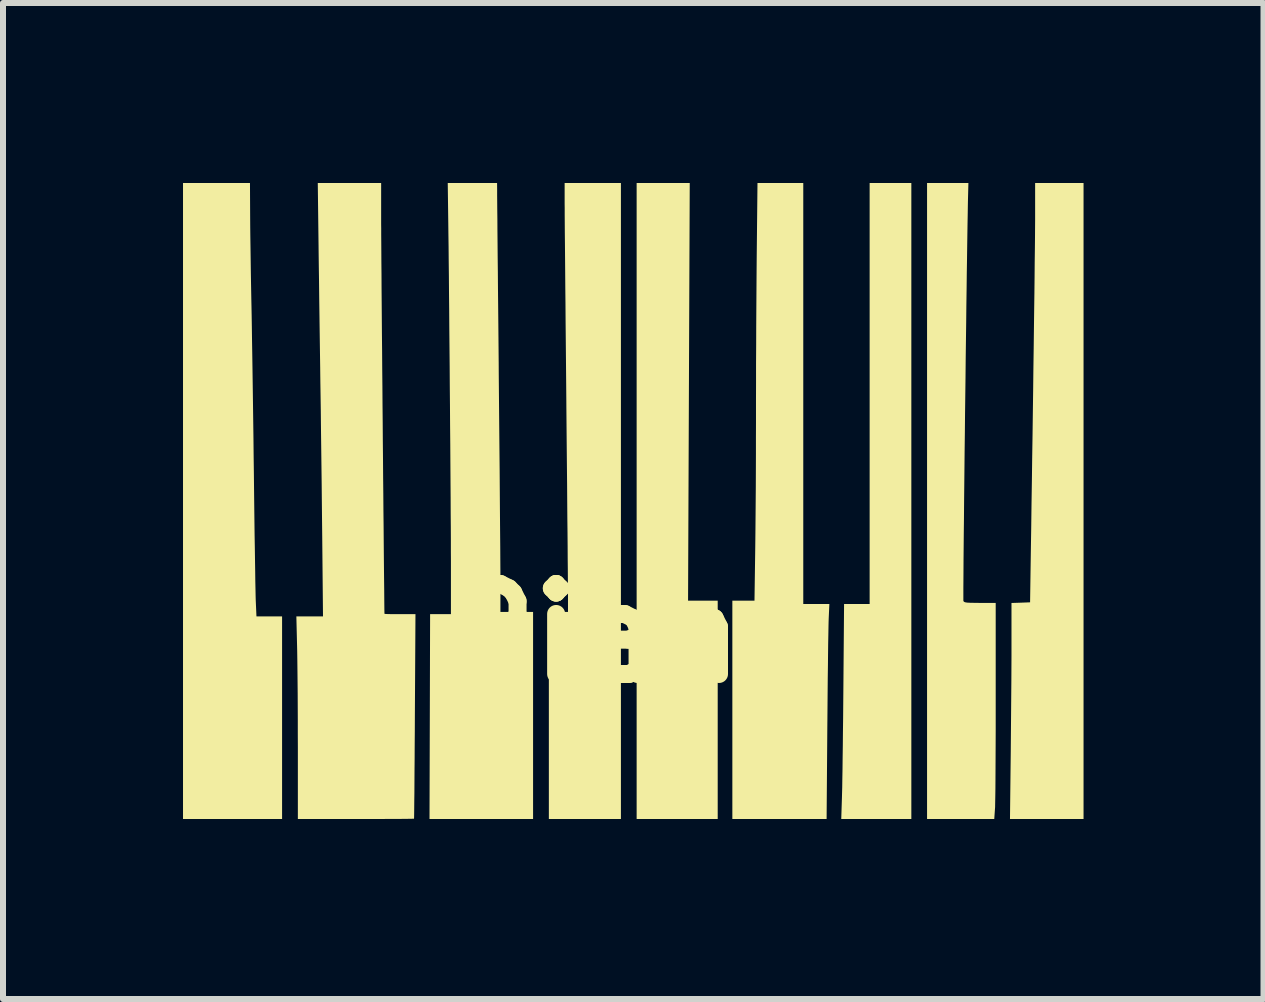
<source format=kicad_pcb>
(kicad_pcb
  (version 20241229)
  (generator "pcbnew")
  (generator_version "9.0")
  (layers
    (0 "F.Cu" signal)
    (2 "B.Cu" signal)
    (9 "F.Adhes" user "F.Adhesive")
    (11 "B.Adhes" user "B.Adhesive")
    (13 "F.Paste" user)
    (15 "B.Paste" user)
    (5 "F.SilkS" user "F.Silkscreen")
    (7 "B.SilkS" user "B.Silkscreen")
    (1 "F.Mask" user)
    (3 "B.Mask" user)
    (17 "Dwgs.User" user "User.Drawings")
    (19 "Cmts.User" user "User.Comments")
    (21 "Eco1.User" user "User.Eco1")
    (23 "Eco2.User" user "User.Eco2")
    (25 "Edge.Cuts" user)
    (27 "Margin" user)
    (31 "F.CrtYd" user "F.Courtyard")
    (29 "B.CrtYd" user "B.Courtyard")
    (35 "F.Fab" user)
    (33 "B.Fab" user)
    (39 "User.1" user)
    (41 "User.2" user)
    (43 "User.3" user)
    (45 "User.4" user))
  (footprint "Piano"
    (layer "F.Cu")
    (at 7.504 7.504)
    (property "Reference" "Piano" (at 0 0 0) (layer "F.SilkS") (effects (font (size 1.5 1.5) (thickness 0.3))))
    (attr board_only exclude_from_pos_files exclude_from_bom)
    (fp_poly (pts (xy 0.927 -4.024) (xy 0.913 -0.544) (xy 1.16 -0.544) (xy 1.407 -0.544) (xy 1.407 1.276) (xy 1.407 3.095) (xy 0.732 3.095) (xy 0.056 3.095) (xy 0.056 -2.204) (xy 0.056 -7.504) (xy 0.499 -7.504) (xy 0.941 -7.504)) (stroke (width 0) (type solid)) (fill yes) (layer "F.SilkS"))
    (fp_poly (pts (xy 4.634 -2.204) (xy 4.634 3.095) (xy 4.05 3.095) (xy 3.466 3.095) (xy 3.477 2.753) (xy 3.479 2.678) (xy 3.482 2.569) (xy 3.484 2.431) (xy 3.487 2.266) (xy 3.489 2.08) (xy 3.492 1.875) (xy 3.494 1.655) (xy 3.497 1.425) (xy 3.499 1.187) (xy 3.501 0.961) (xy 3.513 -0.488) (xy 3.726 -0.488) (xy 3.939 -0.488) (xy 3.939 -3.996) (xy 3.939 -7.504) (xy 4.286 -7.504) (xy 4.634 -7.504)) (stroke (width 0) (type solid)) (fill yes) (layer "F.SilkS"))
    (fp_poly (pts (xy 7.504 -2.204) (xy 7.504 3.095) (xy 6.891 3.095) (xy 6.278 3.095) (xy 6.291 1.967) (xy 6.293 1.738) (xy 6.295 1.499) (xy 6.297 1.257) (xy 6.299 1.019) (xy 6.301 0.789) (xy 6.302 0.576) (xy 6.303 0.384) (xy 6.303 0.222) (xy 6.303 0.167) (xy 6.303 -0.505) (xy 6.458 -0.51) (xy 6.613 -0.516) (xy 6.626 -1.388) (xy 6.632 -1.769) (xy 6.637 -2.153) (xy 6.643 -2.538) (xy 6.648 -2.922) (xy 6.654 -3.301) (xy 6.659 -3.675) (xy 6.664 -4.041) (xy 6.668 -4.397) (xy 6.673 -4.74) (xy 6.677 -5.068) (xy 6.681 -5.379) (xy 6.685 -5.671) (xy 6.688 -5.942) (xy 6.69 -6.189) (xy 6.693 -6.41) (xy 6.695 -6.602) (xy 6.696 -6.764) (xy 6.697 -6.894) (xy 6.697 -6.989) (xy 6.697 -7.002) (xy 6.697 -7.504) (xy 7.1 -7.504) (xy 7.504 -7.504)) (stroke (width 0) (type solid)) (fill yes) (layer "F.SilkS"))
    (fp_poly (pts (xy -0.206 -2.204) (xy -0.206 3.095) (xy -0.807 3.095) (xy -1.407 3.095) (xy -1.407 1.369) (xy -1.407 -0.356) (xy -1.247 -0.356) (xy -1.088 -0.356) (xy -1.088 -0.652) (xy -1.089 -0.704) (xy -1.089 -0.792) (xy -1.09 -0.912) (xy -1.091 -1.063) (xy -1.093 -1.242) (xy -1.094 -1.448) (xy -1.096 -1.678) (xy -1.099 -1.929) (xy -1.101 -2.199) (xy -1.103 -2.486) (xy -1.106 -2.789) (xy -1.109 -3.103) (xy -1.112 -3.428) (xy -1.115 -3.761) (xy -1.116 -3.902) (xy -1.119 -4.238) (xy -1.122 -4.567) (xy -1.125 -4.887) (xy -1.128 -5.197) (xy -1.13 -5.492) (xy -1.133 -5.772) (xy -1.135 -6.033) (xy -1.137 -6.274) (xy -1.139 -6.493) (xy -1.141 -6.686) (xy -1.142 -6.852) (xy -1.143 -6.988) (xy -1.143 -7.092) (xy -1.144 -7.162) (xy -1.144 -7.18) (xy -1.144 -7.504) (xy -0.675 -7.504) (xy -0.206 -7.504)) (stroke (width 0) (type solid)) (fill yes) (layer "F.SilkS"))
    (fp_poly (pts (xy -6.385 -6.927) (xy -6.384 -6.782) (xy -6.382 -6.606) (xy -6.379 -6.409) (xy -6.376 -6.196) (xy -6.373 -5.976) (xy -6.369 -5.755) (xy -6.365 -5.542) (xy -6.363 -5.45) (xy -6.36 -5.297) (xy -6.357 -5.111) (xy -6.354 -4.896) (xy -6.35 -4.657) (xy -6.346 -4.397) (xy -6.342 -4.122) (xy -6.338 -3.836) (xy -6.334 -3.544) (xy -6.33 -3.248) (xy -6.327 -2.955) (xy -6.323 -2.667) (xy -6.323 -2.664) (xy -6.32 -2.395) (xy -6.317 -2.133) (xy -6.314 -1.88) (xy -6.311 -1.639) (xy -6.307 -1.414) (xy -6.304 -1.207) (xy -6.301 -1.021) (xy -6.299 -0.86) (xy -6.296 -0.726) (xy -6.294 -0.622) (xy -6.292 -0.551) (xy -6.291 -0.53) (xy -6.28 -0.281) (xy -6.067 -0.281) (xy -5.853 -0.281) (xy -5.853 1.407) (xy -5.853 3.095) (xy -6.678 3.095) (xy -7.504 3.095) (xy -7.504 -2.204) (xy -7.504 -7.504) (xy -6.946 -7.504) (xy -6.388 -7.504)) (stroke (width 0) (type solid)) (fill yes) (layer "F.SilkS"))
    (fp_poly (pts (xy 2.833 -3.996) (xy 2.833 -0.488) (xy 3.05 -0.488) (xy 3.268 -0.488) (xy 3.257 -0.249) (xy 3.255 -0.192) (xy 3.253 -0.102) (xy 3.251 0.019) (xy 3.248 0.168) (xy 3.246 0.34) (xy 3.244 0.534) (xy 3.241 0.745) (xy 3.239 0.969) (xy 3.237 1.205) (xy 3.235 1.448) (xy 3.234 1.543) (xy 3.222 3.095) (xy 2.436 3.095) (xy 1.651 3.095) (xy 1.651 1.276) (xy 1.651 -0.544) (xy 1.835 -0.544) (xy 2.02 -0.544) (xy 2.032 -1.374) (xy 2.034 -1.538) (xy 2.036 -1.733) (xy 2.038 -1.955) (xy 2.04 -2.197) (xy 2.042 -2.454) (xy 2.043 -2.72) (xy 2.044 -2.99) (xy 2.044 -3.257) (xy 2.045 -3.516) (xy 2.045 -3.613) (xy 2.045 -3.884) (xy 2.046 -4.179) (xy 2.046 -4.489) (xy 2.048 -4.808) (xy 2.049 -5.127) (xy 2.051 -5.438) (xy 2.053 -5.736) (xy 2.055 -6.011) (xy 2.057 -6.256) (xy 2.057 -6.262) (xy 2.07 -7.504) (xy 2.451 -7.504) (xy 2.833 -7.504)) (stroke (width 0) (type solid)) (fill yes) (layer "F.SilkS"))
    (fp_poly (pts (xy 5.578 -7.236) (xy 5.576 -7.137) (xy 5.574 -7.008) (xy 5.571 -6.852) (xy 5.568 -6.669) (xy 5.565 -6.464) (xy 5.562 -6.239) (xy 5.558 -5.994) (xy 5.555 -5.734) (xy 5.551 -5.459) (xy 5.548 -5.173) (xy 5.544 -4.878) (xy 5.54 -4.576) (xy 5.537 -4.269) (xy 5.533 -3.959) (xy 5.529 -3.65) (xy 5.526 -3.342) (xy 5.522 -3.039) (xy 5.519 -2.743) (xy 5.516 -2.455) (xy 5.513 -2.179) (xy 5.511 -1.917) (xy 5.508 -1.67) (xy 5.506 -1.442) (xy 5.504 -1.234) (xy 5.503 -1.049) (xy 5.502 -0.888) (xy 5.501 -0.756) (xy 5.501 -0.652) (xy 5.501 -0.581) (xy 5.501 -0.544) (xy 5.502 -0.539) (xy 5.51 -0.526) (xy 5.529 -0.517) (xy 5.564 -0.511) (xy 5.621 -0.508) (xy 5.705 -0.507) (xy 5.777 -0.506) (xy 6.04 -0.506) (xy 6.04 1.123) (xy 6.04 1.371) (xy 6.04 1.612) (xy 6.039 1.842) (xy 6.038 2.059) (xy 6.037 2.258) (xy 6.036 2.438) (xy 6.035 2.595) (xy 6.033 2.725) (xy 6.031 2.827) (xy 6.03 2.896) (xy 6.028 2.924) (xy 6.016 3.095) (xy 5.456 3.095) (xy 4.896 3.095) (xy 4.896 -2.204) (xy 4.896 -7.504) (xy 5.24 -7.504) (xy 5.585 -7.504)) (stroke (width 0) (type solid)) (fill yes) (layer "F.SilkS"))
    (fp_poly (pts (xy -2.269 -7.396) (xy -2.269 -7.365) (xy -2.269 -7.299) (xy -2.268 -7.2) (xy -2.267 -7.069) (xy -2.265 -6.909) (xy -2.264 -6.723) (xy -2.262 -6.511) (xy -2.26 -6.276) (xy -2.257 -6.021) (xy -2.255 -5.747) (xy -2.252 -5.457) (xy -2.249 -5.152) (xy -2.246 -4.835) (xy -2.243 -4.508) (xy -2.242 -4.333) (xy -2.239 -3.994) (xy -2.236 -3.659) (xy -2.233 -3.33) (xy -2.23 -3.012) (xy -2.227 -2.705) (xy -2.225 -2.412) (xy -2.223 -2.136) (xy -2.221 -1.88) (xy -2.219 -1.645) (xy -2.217 -1.435) (xy -2.216 -1.251) (xy -2.215 -1.097) (xy -2.214 -0.975) (xy -2.214 -0.887) (xy -2.214 -0.868) (xy -2.214 -0.356) (xy -1.942 -0.356) (xy -1.67 -0.356) (xy -1.67 1.369) (xy -1.67 3.095) (xy -2.533 3.095) (xy -3.396 3.095) (xy -3.391 1.388) (xy -3.386 -0.319) (xy -3.213 -0.319) (xy -3.039 -0.319) (xy -3.039 -1.083) (xy -3.039 -1.205) (xy -3.04 -1.362) (xy -3.04 -1.549) (xy -3.041 -1.765) (xy -3.043 -2.005) (xy -3.044 -2.268) (xy -3.046 -2.548) (xy -3.048 -2.844) (xy -3.05 -3.152) (xy -3.053 -3.469) (xy -3.055 -3.792) (xy -3.058 -4.118) (xy -3.06 -4.443) (xy -3.063 -4.765) (xy -3.066 -5.079) (xy -3.068 -5.384) (xy -3.071 -5.676) (xy -3.073 -5.951) (xy -3.076 -6.206) (xy -3.078 -6.439) (xy -3.081 -6.647) (xy -3.083 -6.825) (xy -3.084 -6.899) (xy -3.092 -7.504) (xy -2.681 -7.504) (xy -2.27 -7.504)) (stroke (width 0) (type solid)) (fill yes) (layer "F.SilkS"))
    (fp_poly (pts (xy -4.202 -6.814) (xy -4.201 -6.748) (xy -4.201 -6.649) (xy -4.2 -6.521) (xy -4.199 -6.365) (xy -4.198 -6.184) (xy -4.196 -5.981) (xy -4.195 -5.756) (xy -4.193 -5.514) (xy -4.191 -5.256) (xy -4.189 -4.985) (xy -4.186 -4.702) (xy -4.184 -4.411) (xy -4.181 -4.113) (xy -4.179 -3.811) (xy -4.176 -3.507) (xy -4.174 -3.204) (xy -4.171 -2.904) (xy -4.169 -2.61) (xy -4.166 -2.323) (xy -4.164 -2.045) (xy -4.161 -1.781) (xy -4.159 -1.53) (xy -4.157 -1.297) (xy -4.155 -1.083) (xy -4.153 -0.891) (xy -4.151 -0.723) (xy -4.15 -0.581) (xy -4.149 -0.468) (xy -4.148 -0.386) (xy -4.147 -0.337) (xy -4.146 -0.324) (xy -4.129 -0.322) (xy -4.08 -0.32) (xy -4.007 -0.319) (xy -3.918 -0.319) (xy -3.888 -0.319) (xy -3.63 -0.319) (xy -3.64 1.383) (xy -3.641 1.633) (xy -3.643 1.871) (xy -3.644 2.096) (xy -3.646 2.305) (xy -3.647 2.495) (xy -3.648 2.663) (xy -3.65 2.807) (xy -3.651 2.925) (xy -3.652 3.013) (xy -3.653 3.069) (xy -3.654 3.09) (xy -3.654 3.091) (xy -3.673 3.091) (xy -3.726 3.092) (xy -3.809 3.093) (xy -3.92 3.094) (xy -4.054 3.094) (xy -4.207 3.095) (xy -4.378 3.095) (xy -4.561 3.095) (xy -4.624 3.095) (xy -5.59 3.095) (xy -5.59 1.899) (xy -5.591 1.673) (xy -5.591 1.444) (xy -5.592 1.218) (xy -5.593 0.999) (xy -5.595 0.793) (xy -5.597 0.604) (xy -5.599 0.439) (xy -5.601 0.301) (xy -5.603 0.211) (xy -5.615 -0.281) (xy -5.393 -0.281) (xy -5.171 -0.281) (xy -5.184 -1.618) (xy -5.187 -1.885) (xy -5.19 -2.177) (xy -5.193 -2.486) (xy -5.197 -2.803) (xy -5.201 -3.122) (xy -5.205 -3.432) (xy -5.208 -3.728) (xy -5.212 -4) (xy -5.215 -4.183) (xy -5.218 -4.436) (xy -5.222 -4.71) (xy -5.226 -4.997) (xy -5.23 -5.29) (xy -5.234 -5.58) (xy -5.237 -5.86) (xy -5.241 -6.122) (xy -5.244 -6.359) (xy -5.245 -6.458) (xy -5.258 -7.504) (xy -4.73 -7.504) (xy -4.202 -7.504)) (stroke (width 0) (type solid)) (fill yes) (layer "F.SilkS")))
  (gr_rect
    (start -3 -3)
    (end 18.007 13.599)
    (stroke (width 0.1) (type default))
    (fill no)
    (layer "Edge.Cuts")))
</source>
